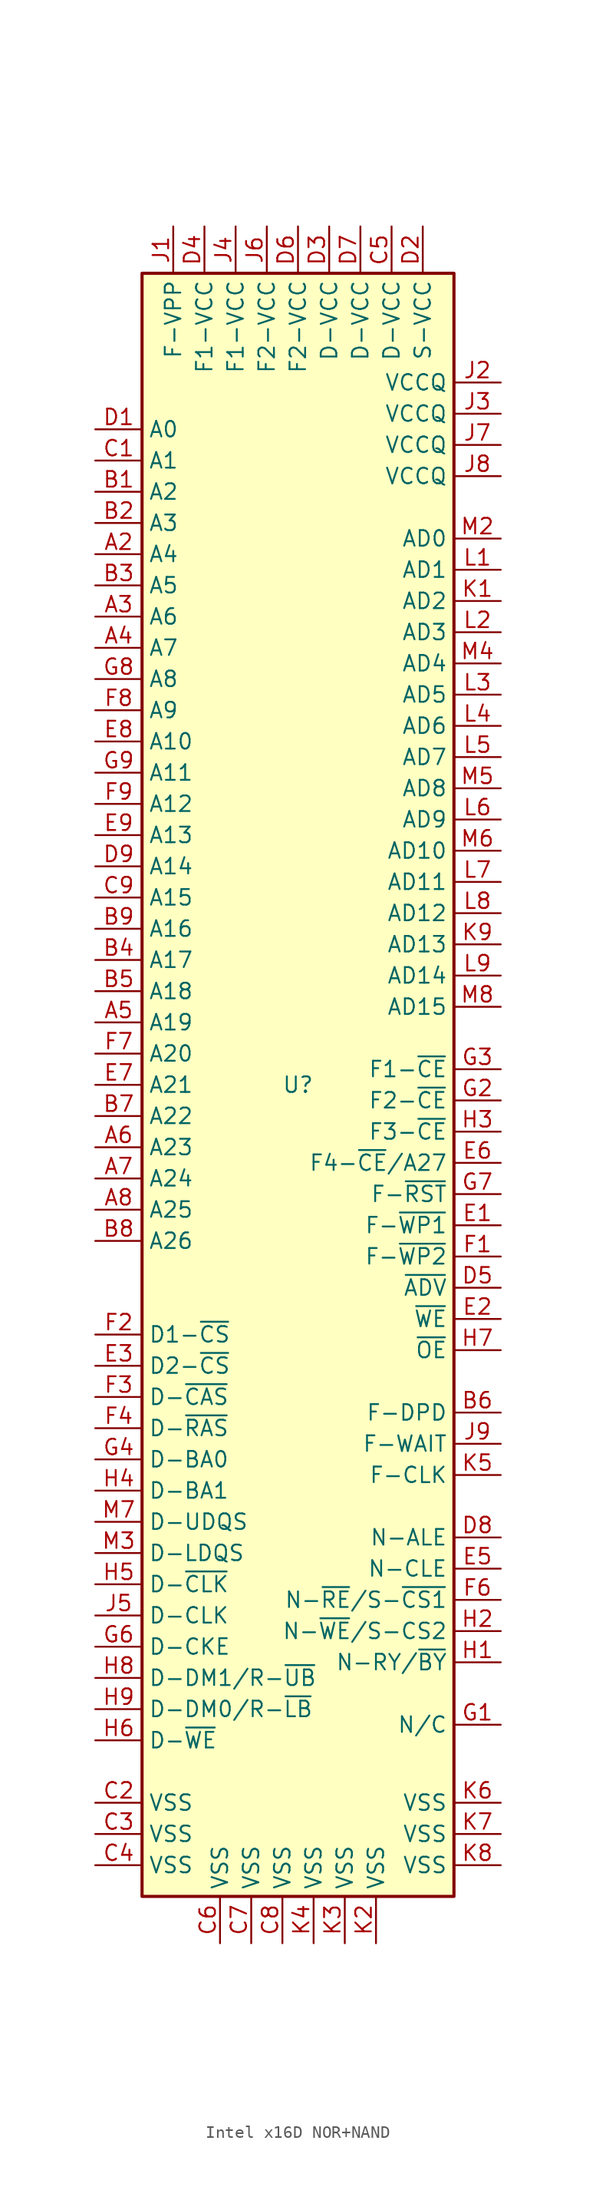
<source format=kicad_sym>
(kicad_symbol_lib
  (version 20231120)
  (generator "kicad_symbol_editor")
  (generator_version "8.0")
  (symbol "Intel x16D NOR+NAND"
    (property "Reference" "U"
      (at 0 0 0)
      (effects (font (size 1.27 1.27))))
    (property "Value" ""
      (at 0 0 0)
      (effects (font (size 1.27 1.27))))
    (symbol "Intel x16D NOR+NAND_1_0"
      (pin passive line (at 6.35 -69.85 90) (length 3.81) (name "VSS" (effects (font (size 1.27 1.27)))) (number "K2" (effects (font (size 1.27 1.27)))))
      (pin passive line (at 3.81 -69.85 90) (length 3.81) (name "VSS" (effects (font (size 1.27 1.27)))) (number "K3" (effects (font (size 1.27 1.27)))))
      (pin passive line (at 1.27 -69.85 90) (length 3.81) (name "VSS" (effects (font (size 1.27 1.27)))) (number "K4" (effects (font (size 1.27 1.27)))))
      (pin passive line (at 16.51 -31.75 180) (length 3.81) (name "F-CLK" (effects (font (size 1.27 1.27)))) (number "K5" (effects (font (size 1.27 1.27)))))
      (pin passive line (at 16.51 -58.42 180) (length 3.81) (name "VSS" (effects (font (size 1.27 1.27)))) (number "K6" (effects (font (size 1.27 1.27)))))
      (pin passive line (at 16.51 -60.96 180) (length 3.81) (name "VSS" (effects (font (size 1.27 1.27)))) (number "K7" (effects (font (size 1.27 1.27)))))
      (pin passive line (at 16.51 -63.5 180) (length 3.81) (name "VSS" (effects (font (size 1.27 1.27)))) (number "K8" (effects (font (size 1.27 1.27)))))
      (pin passive line (at 16.51 11.43 180) (length 3.81) (name "AD13" (effects (font (size 1.27 1.27)))) (number "K9" (effects (font (size 1.27 1.27)))))
      (pin passive line (at 16.51 41.91 180) (length 3.81) (name "AD1" (effects (font (size 1.27 1.27)))) (number "L1" (effects (font (size 1.27 1.27)))))
      (pin passive line (at 16.51 36.83 180) (length 3.81) (name "AD3" (effects (font (size 1.27 1.27)))) (number "L2" (effects (font (size 1.27 1.27)))))
      (pin passive line (at 16.51 31.75 180) (length 3.81) (name "AD5" (effects (font (size 1.27 1.27)))) (number "L3" (effects (font (size 1.27 1.27)))))
      (pin passive line (at 16.51 29.21 180) (length 3.81) (name "AD6" (effects (font (size 1.27 1.27)))) (number "L4" (effects (font (size 1.27 1.27)))))
      (pin passive line (at 16.51 26.67 180) (length 3.81) (name "AD7" (effects (font (size 1.27 1.27)))) (number "L5" (effects (font (size 1.27 1.27)))))
      (pin passive line (at 16.51 21.59 180) (length 3.81) (name "AD9" (effects (font (size 1.27 1.27)))) (number "L6" (effects (font (size 1.27 1.27)))))
      (pin passive line (at 16.51 16.51 180) (length 3.81) (name "AD11" (effects (font (size 1.27 1.27)))) (number "L7" (effects (font (size 1.27 1.27)))))
      (pin passive line (at 16.51 13.97 180) (length 3.81) (name "AD12" (effects (font (size 1.27 1.27)))) (number "L8" (effects (font (size 1.27 1.27)))))
      (pin passive line (at 16.51 8.89 180) (length 3.81) (name "AD14" (effects (font (size 1.27 1.27)))) (number "L9" (effects (font (size 1.27 1.27)))))
      (pin passive line (at 16.51 44.45 180) (length 3.81) (name "AD0" (effects (font (size 1.27 1.27)))) (number "M2" (effects (font (size 1.27 1.27)))))
      (pin passive line (at -16.51 -38.1 0) (length 3.81) (name "D-LDQS" (effects (font (size 1.27 1.27)))) (number "M3" (effects (font (size 1.27 1.27)))))
      (pin passive line (at 16.51 34.29 180) (length 3.81) (name "AD4" (effects (font (size 1.27 1.27)))) (number "M4" (effects (font (size 1.27 1.27)))))
      (pin passive line (at 16.51 24.13 180) (length 3.81) (name "AD8" (effects (font (size 1.27 1.27)))) (number "M5" (effects (font (size 1.27 1.27)))))
      (pin passive line (at 16.51 19.05 180) (length 3.81) (name "AD10" (effects (font (size 1.27 1.27)))) (number "M6" (effects (font (size 1.27 1.27)))))
      (pin passive line (at -16.51 -35.56 0) (length 3.81) (name "D-UDQS" (effects (font (size 1.27 1.27)))) (number "M7" (effects (font (size 1.27 1.27)))))
      (pin passive line (at 16.51 6.35 180) (length 3.81) (name "AD15" (effects (font (size 1.27 1.27)))) (number "M8" (effects (font (size 1.27 1.27))))))
    (symbol "Intel x16D NOR+NAND_1_1"
      (rectangle (start -12.7 66.04) (end 12.7 -66.04) (stroke (width 0.254) (type default)) (fill (type background)))
      (pin passive line (at -16.51 43.18 0) (length 3.81) (name "A4" (effects (font (size 1.27 1.27)))) (number "A2" (effects (font (size 1.27 1.27)))))
      (pin passive line (at -16.51 38.1 0) (length 3.81) (name "A6" (effects (font (size 1.27 1.27)))) (number "A3" (effects (font (size 1.27 1.27)))))
      (pin passive line (at -16.51 35.56 0) (length 3.81) (name "A7" (effects (font (size 1.27 1.27)))) (number "A4" (effects (font (size 1.27 1.27)))))
      (pin passive line (at -16.51 5.08 0) (length 3.81) (name "A19" (effects (font (size 1.27 1.27)))) (number "A5" (effects (font (size 1.27 1.27)))))
      (pin passive line (at -16.51 -5.08 0) (length 3.81) (name "A23" (effects (font (size 1.27 1.27)))) (number "A6" (effects (font (size 1.27 1.27)))))
      (pin passive line (at -16.51 -7.62 0) (length 3.81) (name "A24" (effects (font (size 1.27 1.27)))) (number "A7" (effects (font (size 1.27 1.27)))))
      (pin passive line (at -16.51 -10.16 0) (length 3.81) (name "A25" (effects (font (size 1.27 1.27)))) (number "A8" (effects (font (size 1.27 1.27)))))
      (pin passive line (at -16.51 48.26 0) (length 3.81) (name "A2" (effects (font (size 1.27 1.27)))) (number "B1" (effects (font (size 1.27 1.27)))))
      (pin passive line (at -16.51 45.72 0) (length 3.81) (name "A3" (effects (font (size 1.27 1.27)))) (number "B2" (effects (font (size 1.27 1.27)))))
      (pin passive line (at -16.51 40.64 0) (length 3.81) (name "A5" (effects (font (size 1.27 1.27)))) (number "B3" (effects (font (size 1.27 1.27)))))
      (pin passive line (at -16.51 10.16 0) (length 3.81) (name "A17" (effects (font (size 1.27 1.27)))) (number "B4" (effects (font (size 1.27 1.27)))))
      (pin passive line (at -16.51 7.62 0) (length 3.81) (name "A18" (effects (font (size 1.27 1.27)))) (number "B5" (effects (font (size 1.27 1.27)))))
      (pin passive line (at 16.51 -26.67 180) (length 3.81) (name "F-DPD" (effects (font (size 1.27 1.27)))) (number "B6" (effects (font (size 1.27 1.27)))))
      (pin passive line (at -16.51 -2.54 0) (length 3.81) (name "A22" (effects (font (size 1.27 1.27)))) (number "B7" (effects (font (size 1.27 1.27)))))
      (pin passive line (at -16.51 -12.7 0) (length 3.81) (name "A26" (effects (font (size 1.27 1.27)))) (number "B8" (effects (font (size 1.27 1.27)))))
      (pin passive line (at -16.51 12.7 0) (length 3.81) (name "A16" (effects (font (size 1.27 1.27)))) (number "B9" (effects (font (size 1.27 1.27)))))
      (pin passive line (at -16.51 50.8 0) (length 3.81) (name "A1" (effects (font (size 1.27 1.27)))) (number "C1" (effects (font (size 1.27 1.27)))))
      (pin passive line (at -16.51 -58.42 0) (length 3.81) (name "VSS" (effects (font (size 1.27 1.27)))) (number "C2" (effects (font (size 1.27 1.27)))))
      (pin passive line (at -16.51 -60.96 0) (length 3.81) (name "VSS" (effects (font (size 1.27 1.27)))) (number "C3" (effects (font (size 1.27 1.27)))))
      (pin passive line (at -16.51 -63.5 0) (length 3.81) (name "VSS" (effects (font (size 1.27 1.27)))) (number "C4" (effects (font (size 1.27 1.27)))))
      (pin passive line (at 7.62 69.85 270) (length 3.81) (name "D-VCC" (effects (font (size 1.27 1.27)))) (number "C5" (effects (font (size 1.27 1.27)))))
      (pin passive line (at -6.35 -69.85 90) (length 3.81) (name "VSS" (effects (font (size 1.27 1.27)))) (number "C6" (effects (font (size 1.27 1.27)))))
      (pin passive line (at -3.81 -69.85 90) (length 3.81) (name "VSS" (effects (font (size 1.27 1.27)))) (number "C7" (effects (font (size 1.27 1.27)))))
      (pin passive line (at -1.27 -69.85 90) (length 3.81) (name "VSS" (effects (font (size 1.27 1.27)))) (number "C8" (effects (font (size 1.27 1.27)))))
      (pin passive line (at -16.51 15.24 0) (length 3.81) (name "A15" (effects (font (size 1.27 1.27)))) (number "C9" (effects (font (size 1.27 1.27)))))
      (pin passive line (at -16.51 53.34 0) (length 3.81) (name "A0" (effects (font (size 1.27 1.27)))) (number "D1" (effects (font (size 1.27 1.27)))))
      (pin passive line (at 10.16 69.85 270) (length 3.81) (name "S-VCC" (effects (font (size 1.27 1.27)))) (number "D2" (effects (font (size 1.27 1.27)))))
      (pin passive line (at 2.54 69.85 270) (length 3.81) (name "D-VCC" (effects (font (size 1.27 1.27)))) (number "D3" (effects (font (size 1.27 1.27)))))
      (pin passive line (at -7.62 69.85 270) (length 3.81) (name "F1-VCC" (effects (font (size 1.27 1.27)))) (number "D4" (effects (font (size 1.27 1.27)))))
      (pin passive line (at 16.51 -16.51 180) (length 3.81) (name "~{ADV}" (effects (font (size 1.27 1.27)))) (number "D5" (effects (font (size 1.27 1.27)))))
      (pin passive line (at 0 69.85 270) (length 3.81) (name "F2-VCC" (effects (font (size 1.27 1.27)))) (number "D6" (effects (font (size 1.27 1.27)))))
      (pin passive line (at 5.08 69.85 270) (length 3.81) (name "D-VCC" (effects (font (size 1.27 1.27)))) (number "D7" (effects (font (size 1.27 1.27)))))
      (pin passive line (at 16.51 -36.83 180) (length 3.81) (name "N-ALE" (effects (font (size 1.27 1.27)))) (number "D8" (effects (font (size 1.27 1.27)))))
      (pin passive line (at -16.51 17.78 0) (length 3.81) (name "A14" (effects (font (size 1.27 1.27)))) (number "D9" (effects (font (size 1.27 1.27)))))
      (pin passive line (at 16.51 -11.43 180) (length 3.81) (name "F-~{WP1}" (effects (font (size 1.27 1.27)))) (number "E1" (effects (font (size 1.27 1.27)))))
      (pin passive line (at 16.51 -19.05 180) (length 3.81) (name "~{WE}" (effects (font (size 1.27 1.27)))) (number "E2" (effects (font (size 1.27 1.27)))))
      (pin passive line (at -16.51 -22.86 0) (length 3.81) (name "D2-~{CS}" (effects (font (size 1.27 1.27)))) (number "E3" (effects (font (size 1.27 1.27)))))
      (pin passive line (at 16.51 -39.37 180) (length 3.81) (name "N-CLE" (effects (font (size 1.27 1.27)))) (number "E5" (effects (font (size 1.27 1.27)))))
      (pin passive line (at 16.51 -6.35 180) (length 3.81) (name "F4-~{CE}/A27" (effects (font (size 1.27 1.27)))) (number "E6" (effects (font (size 1.27 1.27)))))
      (pin passive line (at -16.51 0 0) (length 3.81) (name "A21" (effects (font (size 1.27 1.27)))) (number "E7" (effects (font (size 1.27 1.27)))))
      (pin passive line (at -16.51 27.94 0) (length 3.81) (name "A10" (effects (font (size 1.27 1.27)))) (number "E8" (effects (font (size 1.27 1.27)))))
      (pin passive line (at -16.51 20.32 0) (length 3.81) (name "A13" (effects (font (size 1.27 1.27)))) (number "E9" (effects (font (size 1.27 1.27)))))
      (pin passive line (at 16.51 -13.97 180) (length 3.81) (name "F-~{WP2}" (effects (font (size 1.27 1.27)))) (number "F1" (effects (font (size 1.27 1.27)))))
      (pin passive line (at -16.51 -20.32 0) (length 3.81) (name "D1-~{CS}" (effects (font (size 1.27 1.27)))) (number "F2" (effects (font (size 1.27 1.27)))))
      (pin passive line (at -16.51 -25.4 0) (length 3.81) (name "D-~{CAS}" (effects (font (size 1.27 1.27)))) (number "F3" (effects (font (size 1.27 1.27)))))
      (pin passive line (at -16.51 -27.94 0) (length 3.81) (name "D-~{RAS}" (effects (font (size 1.27 1.27)))) (number "F4" (effects (font (size 1.27 1.27)))))
      (pin passive line (at 16.51 -41.91 180) (length 3.81) (name "N-~{RE}/S-~{CS1}" (effects (font (size 1.27 1.27)))) (number "F6" (effects (font (size 1.27 1.27)))))
      (pin passive line (at -16.51 2.54 0) (length 3.81) (name "A20" (effects (font (size 1.27 1.27)))) (number "F7" (effects (font (size 1.27 1.27)))))
      (pin passive line (at -16.51 30.48 0) (length 3.81) (name "A9" (effects (font (size 1.27 1.27)))) (number "F8" (effects (font (size 1.27 1.27)))))
      (pin passive line (at -16.51 22.86 0) (length 3.81) (name "A12" (effects (font (size 1.27 1.27)))) (number "F9" (effects (font (size 1.27 1.27)))))
      (pin passive line (at 16.51 -52.07 180) (length 3.81) (name "N/C" (effects (font (size 1.27 1.27)))) (number "G1" (effects (font (size 1.27 1.27)))))
      (pin passive line (at 16.51 -1.27 180) (length 3.81) (name "F2-~{CE}" (effects (font (size 1.27 1.27)))) (number "G2" (effects (font (size 1.27 1.27)))))
      (pin passive line (at 16.51 1.27 180) (length 3.81) (name "F1-~{CE}" (effects (font (size 1.27 1.27)))) (number "G3" (effects (font (size 1.27 1.27)))))
      (pin passive line (at -16.51 -30.48 0) (length 3.81) (name "D-BA0" (effects (font (size 1.27 1.27)))) (number "G4" (effects (font (size 1.27 1.27)))))
      (pin passive line (at -16.51 -45.72 0) (length 3.81) (name "D-CKE" (effects (font (size 1.27 1.27)))) (number "G6" (effects (font (size 1.27 1.27)))))
      (pin passive line (at 16.51 -8.89 180) (length 3.81) (name "F-~{RST}" (effects (font (size 1.27 1.27)))) (number "G7" (effects (font (size 1.27 1.27)))))
      (pin passive line (at -16.51 33.02 0) (length 3.81) (name "A8" (effects (font (size 1.27 1.27)))) (number "G8" (effects (font (size 1.27 1.27)))))
      (pin passive line (at -16.51 25.4 0) (length 3.81) (name "A11" (effects (font (size 1.27 1.27)))) (number "G9" (effects (font (size 1.27 1.27)))))
      (pin passive line (at 16.51 -46.99 180) (length 3.81) (name "N-RY/~{BY}" (effects (font (size 1.27 1.27)))) (number "H1" (effects (font (size 1.27 1.27)))))
      (pin passive line (at 16.51 -44.45 180) (length 3.81) (name "N-~{WE}/S-CS2" (effects (font (size 1.27 1.27)))) (number "H2" (effects (font (size 1.27 1.27)))))
      (pin passive line (at 16.51 -3.81 180) (length 3.81) (name "F3-~{CE}" (effects (font (size 1.27 1.27)))) (number "H3" (effects (font (size 1.27 1.27)))))
      (pin passive line (at -16.51 -33.02 0) (length 3.81) (name "D-BA1" (effects (font (size 1.27 1.27)))) (number "H4" (effects (font (size 1.27 1.27)))))
      (pin passive line (at -16.51 -40.64 0) (length 3.81) (name "D-~{CLK}" (effects (font (size 1.27 1.27)))) (number "H5" (effects (font (size 1.27 1.27)))))
      (pin passive line (at -16.51 -53.34 0) (length 3.81) (name "D-~{WE}" (effects (font (size 1.27 1.27)))) (number "H6" (effects (font (size 1.27 1.27)))))
      (pin passive line (at 16.51 -21.59 180) (length 3.81) (name "~{OE}" (effects (font (size 1.27 1.27)))) (number "H7" (effects (font (size 1.27 1.27)))))
      (pin passive line (at -16.51 -48.26 0) (length 3.81) (name "D-DM1/R-~{UB}" (effects (font (size 1.27 1.27)))) (number "H8" (effects (font (size 1.27 1.27)))))
      (pin passive line (at -16.51 -50.8 0) (length 3.81) (name "D-DM0/R-~{LB}" (effects (font (size 1.27 1.27)))) (number "H9" (effects (font (size 1.27 1.27)))))
      (pin passive line (at -10.16 69.85 270) (length 3.81) (name "F-VPP" (effects (font (size 1.27 1.27)))) (number "J1" (effects (font (size 1.27 1.27)))))
      (pin passive line (at 16.51 57.15 180) (length 3.81) (name "VCCQ" (effects (font (size 1.27 1.27)))) (number "J2" (effects (font (size 1.27 1.27)))))
      (pin passive line (at 16.51 54.61 180) (length 3.81) (name "VCCQ" (effects (font (size 1.27 1.27)))) (number "J3" (effects (font (size 1.27 1.27)))))
      (pin passive line (at -5.08 69.85 270) (length 3.81) (name "F1-VCC" (effects (font (size 1.27 1.27)))) (number "J4" (effects (font (size 1.27 1.27)))))
      (pin passive line (at -16.51 -43.18 0) (length 3.81) (name "D-CLK" (effects (font (size 1.27 1.27)))) (number "J5" (effects (font (size 1.27 1.27)))))
      (pin passive line (at -2.54 69.85 270) (length 3.81) (name "F2-VCC" (effects (font (size 1.27 1.27)))) (number "J6" (effects (font (size 1.27 1.27)))))
      (pin passive line (at 16.51 52.07 180) (length 3.81) (name "VCCQ" (effects (font (size 1.27 1.27)))) (number "J7" (effects (font (size 1.27 1.27)))))
      (pin passive line (at 16.51 49.53 180) (length 3.81) (name "VCCQ" (effects (font (size 1.27 1.27)))) (number "J8" (effects (font (size 1.27 1.27)))))
      (pin passive line (at 16.51 -29.21 180) (length 3.81) (name "F-WAIT" (effects (font (size 1.27 1.27)))) (number "J9" (effects (font (size 1.27 1.27)))))
      (pin passive line (at 16.51 39.37 180) (length 3.81) (name "AD2" (effects (font (size 1.27 1.27)))) (number "K1" (effects (font (size 1.27 1.27))))))))
</source>
